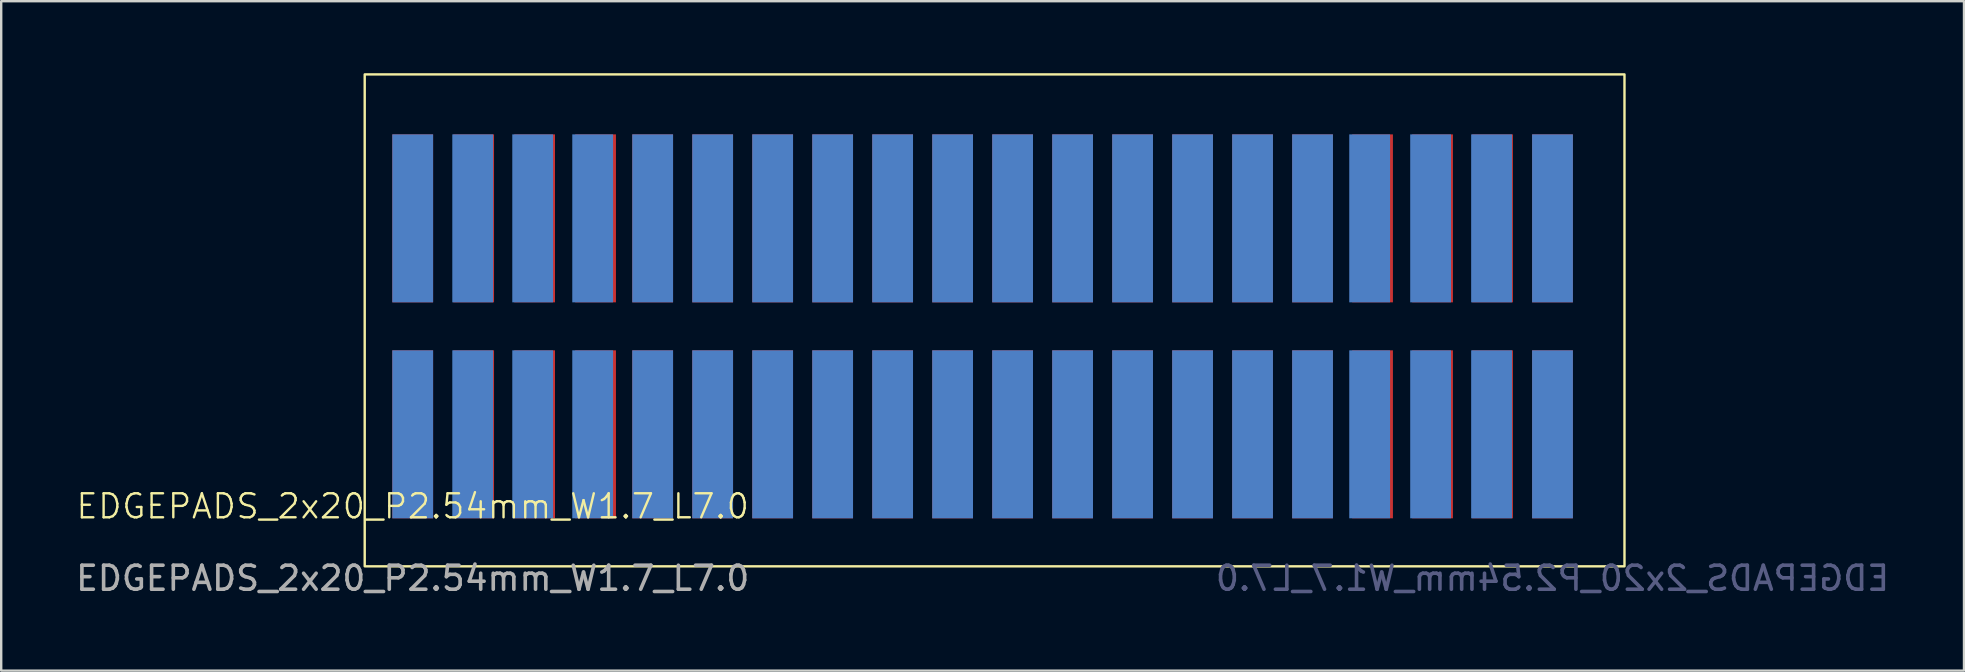
<source format=kicad_pcb>
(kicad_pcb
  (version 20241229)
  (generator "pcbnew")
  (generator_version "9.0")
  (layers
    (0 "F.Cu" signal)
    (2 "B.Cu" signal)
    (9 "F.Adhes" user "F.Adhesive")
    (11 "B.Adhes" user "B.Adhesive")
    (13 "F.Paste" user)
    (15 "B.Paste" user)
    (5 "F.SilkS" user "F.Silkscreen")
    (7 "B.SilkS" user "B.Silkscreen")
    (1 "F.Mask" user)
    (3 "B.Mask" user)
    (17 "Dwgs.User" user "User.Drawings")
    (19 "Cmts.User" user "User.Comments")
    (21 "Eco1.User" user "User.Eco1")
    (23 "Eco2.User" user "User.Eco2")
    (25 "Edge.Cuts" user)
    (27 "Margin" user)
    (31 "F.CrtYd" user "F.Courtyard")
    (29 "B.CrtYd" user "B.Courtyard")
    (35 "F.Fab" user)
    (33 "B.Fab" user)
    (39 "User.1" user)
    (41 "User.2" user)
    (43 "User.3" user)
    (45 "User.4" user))
  (footprint "EDGEPADS_2x20_P2.54mm_W1.7_L7.0"
    (layer "F.Cu")
    (at 14.149 18.55)
    (property "Reference" "EDGEPADS_2x20_P2.54mm_W1.7_L7.0" (at 0 -0.5 0) (unlocked yes) (layer "F.SilkS") (effects (font (size 1 1) (thickness 0.1))))
    (attr smd)
    (fp_rect (start -2 -18.5) (end 50.5 2) (stroke (width 0.1) (type default)) (fill no) (layer "F.SilkS"))
    (fp_text user "${REFERENCE}" (at 47.5 2.5 0) (unlocked yes) (layer "B.Fab") (effects (font (size 1 1) (thickness 0.15)) (justify mirror)))
    (fp_text user "${REFERENCE}" (at 0 2.5 0) (unlocked yes) (layer "F.Fab") (effects (font (size 1 1) (thickness 0.15))))
    (pad "1" smd rect (at 0 -3.5) (size 1.7 7) (layers "F.Cu" "F.Mask" "F.Paste"))
    (pad "1" smd rect (at 0 -3.5) (size 1.7 7) (layers "B.Cu" "B.Mask" "B.Paste"))
    (pad "2" smd rect (at 2.5 -3.5) (size 1.7 7) (layers "B.Cu" "B.Mask" "B.Paste"))
    (pad "2" smd rect (at 2.54 -3.5) (size 1.7 7) (layers "F.Cu" "F.Mask" "F.Paste"))
    (pad "3" smd rect (at 5 -3.5) (size 1.7 7) (layers "B.Cu" "B.Mask" "B.Paste"))
    (pad "3" smd rect (at 5.08 -3.5) (size 1.7 7) (layers "F.Cu" "F.Mask" "F.Paste"))
    (pad "4" smd rect (at 7.5 -3.5) (size 1.7 7) (layers "B.Cu" "B.Mask" "B.Paste"))
    (pad "4" smd rect (at 7.62 -3.5) (size 1.7 7) (layers "F.Cu" "F.Mask" "F.Paste"))
    (pad "5" smd rect (at 10 -3.5) (size 1.7 7) (layers "F.Cu" "F.Mask" "F.Paste"))
    (pad "5" smd rect (at 10 -3.5) (size 1.7 7) (layers "B.Cu" "B.Mask" "B.Paste"))
    (pad "6" smd rect (at 12.5 -3.5) (size 1.7 7) (layers "F.Cu" "F.Mask" "F.Paste"))
    (pad "6" smd rect (at 12.5 -3.5) (size 1.7 7) (layers "B.Cu" "B.Mask" "B.Paste"))
    (pad "7" smd rect (at 15 -3.5) (size 1.7 7) (layers "F.Cu" "F.Mask" "F.Paste"))
    (pad "7" smd rect (at 15 -3.5) (size 1.7 7) (layers "B.Cu" "B.Mask" "B.Paste"))
    (pad "8" smd rect (at 17.5 -3.5) (size 1.7 7) (layers "F.Cu" "F.Mask" "F.Paste"))
    (pad "8" smd rect (at 17.5 -3.5) (size 1.7 7) (layers "B.Cu" "B.Mask" "B.Paste"))
    (pad "9" smd rect (at 20 -3.5) (size 1.7 7) (layers "F.Cu" "F.Mask" "F.Paste"))
    (pad "9" smd rect (at 20 -3.5) (size 1.7 7) (layers "B.Cu" "B.Mask" "B.Paste"))
    (pad "10" smd rect (at 22.5 -3.5) (size 1.7 7) (layers "F.Cu" "F.Mask" "F.Paste"))
    (pad "10" smd rect (at 22.5 -3.5) (size 1.7 7) (layers "B.Cu" "B.Mask" "B.Paste"))
    (pad "11" smd rect (at 25 -3.5) (size 1.7 7) (layers "F.Cu" "F.Mask" "F.Paste"))
    (pad "11" smd rect (at 25 -3.5) (size 1.7 7) (layers "B.Cu" "B.Mask" "B.Paste"))
    (pad "12" smd rect (at 27.5 -3.5) (size 1.7 7) (layers "F.Cu" "F.Mask" "F.Paste"))
    (pad "12" smd rect (at 27.5 -3.5) (size 1.7 7) (layers "B.Cu" "B.Mask" "B.Paste"))
    (pad "13" smd rect (at 30 -3.5) (size 1.7 7) (layers "F.Cu" "F.Mask" "F.Paste"))
    (pad "13" smd rect (at 30 -3.5) (size 1.7 7) (layers "B.Cu" "B.Mask" "B.Paste"))
    (pad "14" smd rect (at 32.5 -3.5) (size 1.7 7) (layers "F.Cu" "F.Mask" "F.Paste"))
    (pad "14" smd rect (at 32.5 -3.5) (size 1.7 7) (layers "B.Cu" "B.Mask" "B.Paste"))
    (pad "15" smd rect (at 35 -3.5) (size 1.7 7) (layers "F.Cu" "F.Mask" "F.Paste"))
    (pad "15" smd rect (at 35 -3.5) (size 1.7 7) (layers "B.Cu" "B.Mask" "B.Paste"))
    (pad "16" smd rect (at 37.5 -3.5) (size 1.7 7) (layers "F.Cu" "F.Mask" "F.Paste"))
    (pad "16" smd rect (at 37.5 -3.5) (size 1.7 7) (layers "B.Cu" "B.Mask" "B.Paste"))
    (pad "17" smd rect (at 39.88 -3.5) (size 1.7 7) (layers "B.Cu" "B.Mask" "B.Paste"))
    (pad "17" smd rect (at 40 -3.5) (size 1.7 7) (layers "F.Cu" "F.Mask" "F.Paste"))
    (pad "18" smd rect (at 42.42 -3.5) (size 1.7 7) (layers "B.Cu" "B.Mask" "B.Paste"))
    (pad "18" smd rect (at 42.5 -3.5) (size 1.7 7) (layers "F.Cu" "F.Mask" "F.Paste"))
    (pad "19" smd rect (at 44.96 -3.5) (size 1.7 7) (layers "B.Cu" "B.Mask" "B.Paste"))
    (pad "19" smd rect (at 45 -3.5) (size 1.7 7) (layers "F.Cu" "F.Mask" "F.Paste"))
    (pad "20" smd rect (at 47.5 -3.5) (size 1.7 7) (layers "F.Cu" "F.Mask" "F.Paste"))
    (pad "20" smd rect (at 47.5 -3.5) (size 1.7 7) (layers "B.Cu" "B.Mask" "B.Paste"))
    (pad "21" smd rect (at 0 -12.5) (size 1.7 7) (layers "F.Cu" "F.Mask" "F.Paste"))
    (pad "21" smd rect (at 0 -12.5) (size 1.7 7) (layers "B.Cu" "B.Mask" "B.Paste"))
    (pad "22" smd rect (at 2.5 -12.5) (size 1.7 7) (layers "B.Cu" "B.Mask" "B.Paste"))
    (pad "22" smd rect (at 2.54 -12.5) (size 1.7 7) (layers "F.Cu" "F.Mask" "F.Paste"))
    (pad "23" smd rect (at 5 -12.5) (size 1.7 7) (layers "B.Cu" "B.Mask" "B.Paste"))
    (pad "23" smd rect (at 5.08 -12.5) (size 1.7 7) (layers "F.Cu" "F.Mask" "F.Paste"))
    (pad "24" smd rect (at 7.5 -12.5) (size 1.7 7) (layers "B.Cu" "B.Mask" "B.Paste"))
    (pad "24" smd rect (at 7.62 -12.5) (size 1.7 7) (layers "F.Cu" "F.Mask" "F.Paste"))
    (pad "25" smd rect (at 10 -12.5) (size 1.7 7) (layers "F.Cu" "F.Mask" "F.Paste"))
    (pad "25" smd rect (at 10 -12.5) (size 1.7 7) (layers "B.Cu" "B.Mask" "B.Paste"))
    (pad "26" smd rect (at 12.5 -12.5) (size 1.7 7) (layers "F.Cu" "F.Mask" "F.Paste"))
    (pad "26" smd rect (at 12.5 -12.5) (size 1.7 7) (layers "B.Cu" "B.Mask" "B.Paste"))
    (pad "27" smd rect (at 15 -12.5) (size 1.7 7) (layers "F.Cu" "F.Mask" "F.Paste"))
    (pad "27" smd rect (at 15 -12.5) (size 1.7 7) (layers "B.Cu" "B.Mask" "B.Paste"))
    (pad "28" smd rect (at 17.5 -12.5) (size 1.7 7) (layers "F.Cu" "F.Mask" "F.Paste"))
    (pad "28" smd rect (at 17.5 -12.5) (size 1.7 7) (layers "B.Cu" "B.Mask" "B.Paste"))
    (pad "29" smd rect (at 20 -12.5) (size 1.7 7) (layers "F.Cu" "F.Mask" "F.Paste"))
    (pad "29" smd rect (at 20 -12.5) (size 1.7 7) (layers "B.Cu" "B.Mask" "B.Paste"))
    (pad "30" smd rect (at 22.5 -12.5) (size 1.7 7) (layers "F.Cu" "F.Mask" "F.Paste"))
    (pad "30" smd rect (at 22.5 -12.5) (size 1.7 7) (layers "B.Cu" "B.Mask" "B.Paste"))
    (pad "31" smd rect (at 25 -12.5) (size 1.7 7) (layers "F.Cu" "F.Mask" "F.Paste"))
    (pad "31" smd rect (at 25 -12.5) (size 1.7 7) (layers "B.Cu" "B.Mask" "B.Paste"))
    (pad "32" smd rect (at 27.5 -12.5) (size 1.7 7) (layers "F.Cu" "F.Mask" "F.Paste"))
    (pad "32" smd rect (at 27.5 -12.5) (size 1.7 7) (layers "B.Cu" "B.Mask" "B.Paste"))
    (pad "33" smd rect (at 30 -12.5) (size 1.7 7) (layers "F.Cu" "F.Mask" "F.Paste"))
    (pad "33" smd rect (at 30 -12.5) (size 1.7 7) (layers "B.Cu" "B.Mask" "B.Paste"))
    (pad "34" smd rect (at 32.5 -12.5) (size 1.7 7) (layers "F.Cu" "F.Mask" "F.Paste"))
    (pad "34" smd rect (at 32.5 -12.5) (size 1.7 7) (layers "B.Cu" "B.Mask" "B.Paste"))
    (pad "35" smd rect (at 35 -12.5) (size 1.7 7) (layers "F.Cu" "F.Mask" "F.Paste"))
    (pad "35" smd rect (at 35 -12.5) (size 1.7 7) (layers "B.Cu" "B.Mask" "B.Paste"))
    (pad "36" smd rect (at 37.5 -12.5) (size 1.7 7) (layers "F.Cu" "F.Mask" "F.Paste"))
    (pad "36" smd rect (at 37.5 -12.5) (size 1.7 7) (layers "B.Cu" "B.Mask" "B.Paste"))
    (pad "37" smd rect (at 39.88 -12.5) (size 1.7 7) (layers "B.Cu" "B.Mask" "B.Paste"))
    (pad "37" smd rect (at 40 -12.5) (size 1.7 7) (layers "F.Cu" "F.Mask" "F.Paste"))
    (pad "38" smd rect (at 42.42 -12.5) (size 1.7 7) (layers "B.Cu" "B.Mask" "B.Paste"))
    (pad "38" smd rect (at 42.5 -12.5) (size 1.7 7) (layers "F.Cu" "F.Mask" "F.Paste"))
    (pad "39" smd rect (at 44.96 -12.5) (size 1.7 7) (layers "B.Cu" "B.Mask" "B.Paste"))
    (pad "39" smd rect (at 45 -12.5) (size 1.7 7) (layers "F.Cu" "F.Mask" "F.Paste"))
    (pad "40" smd rect (at 47.5 -12.5) (size 1.7 7) (layers "F.Cu" "F.Mask" "F.Paste"))
    (pad "40" smd rect (at 47.5 -12.5) (size 1.7 7) (layers "B.Cu" "B.Mask" "B.Paste")))
  (gr_rect
    (start -3 -3)
    (end 78.798 24.898)
    (stroke (width 0.1) (type default))
    (fill no)
    (layer "Edge.Cuts")))
</source>
